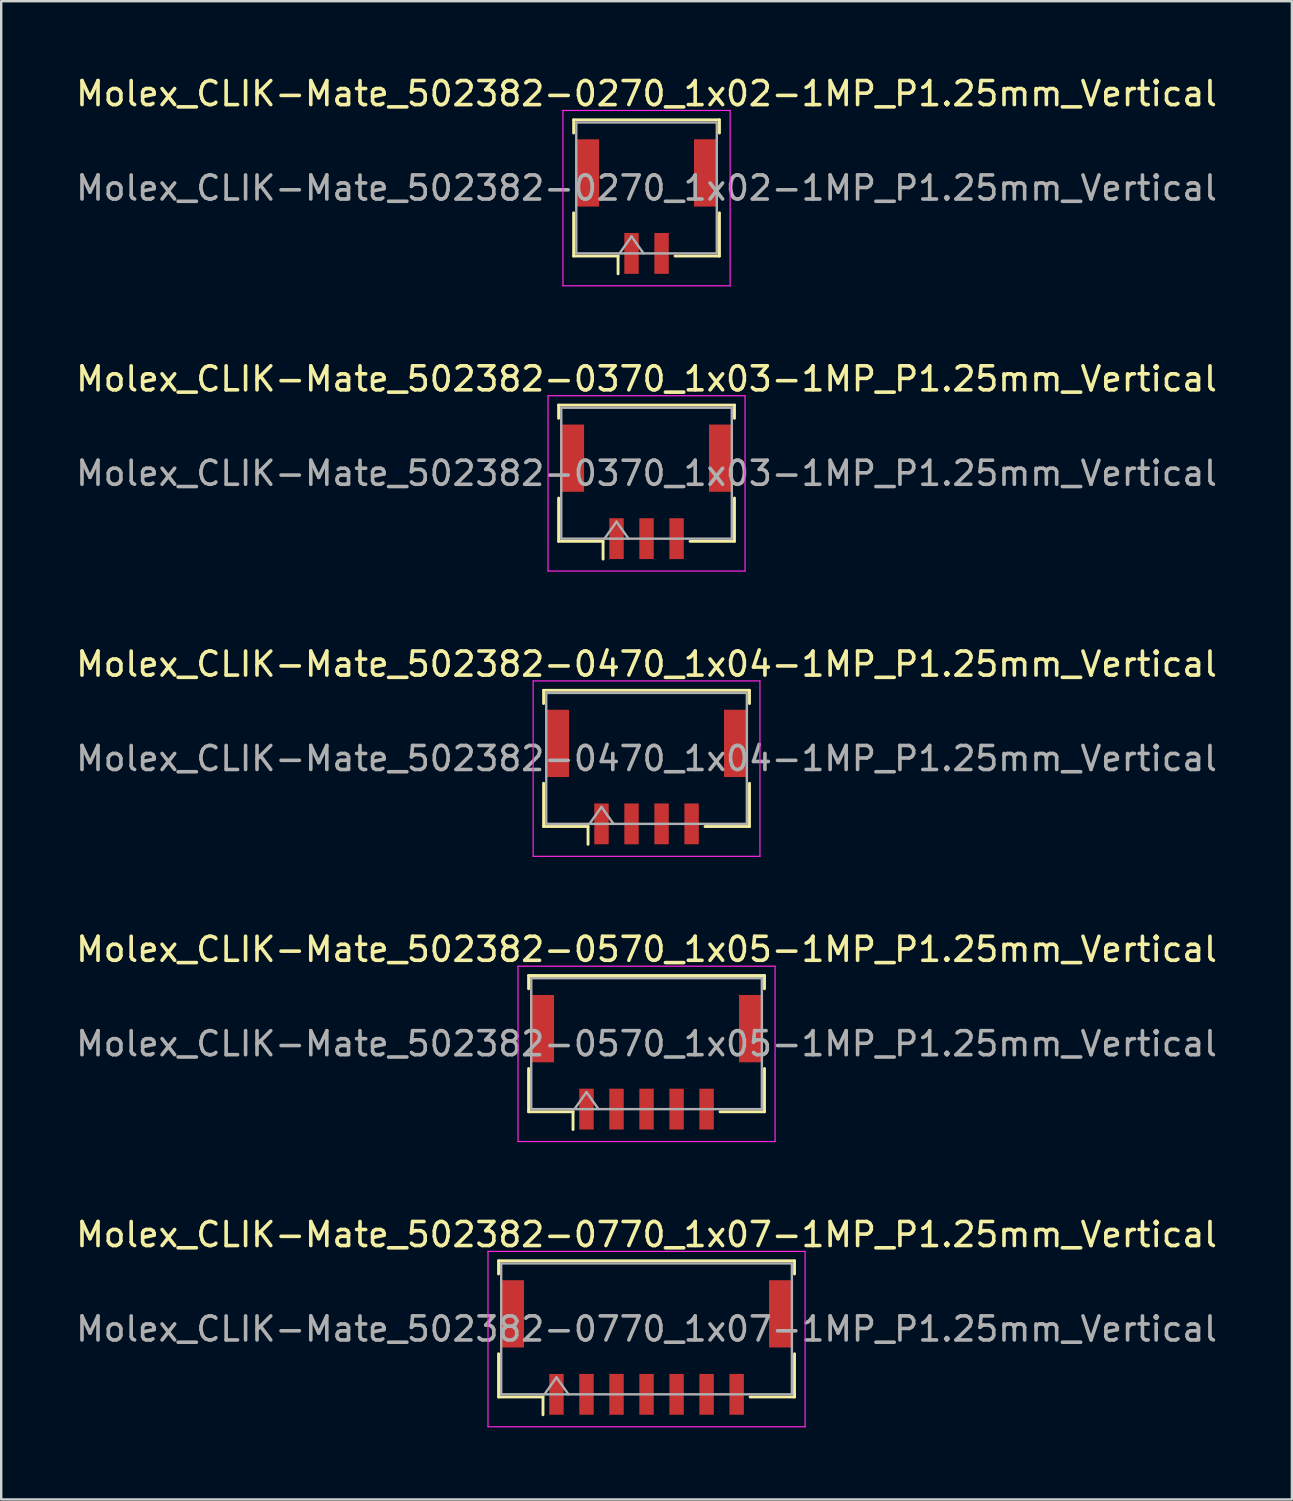
<source format=kicad_pcb>
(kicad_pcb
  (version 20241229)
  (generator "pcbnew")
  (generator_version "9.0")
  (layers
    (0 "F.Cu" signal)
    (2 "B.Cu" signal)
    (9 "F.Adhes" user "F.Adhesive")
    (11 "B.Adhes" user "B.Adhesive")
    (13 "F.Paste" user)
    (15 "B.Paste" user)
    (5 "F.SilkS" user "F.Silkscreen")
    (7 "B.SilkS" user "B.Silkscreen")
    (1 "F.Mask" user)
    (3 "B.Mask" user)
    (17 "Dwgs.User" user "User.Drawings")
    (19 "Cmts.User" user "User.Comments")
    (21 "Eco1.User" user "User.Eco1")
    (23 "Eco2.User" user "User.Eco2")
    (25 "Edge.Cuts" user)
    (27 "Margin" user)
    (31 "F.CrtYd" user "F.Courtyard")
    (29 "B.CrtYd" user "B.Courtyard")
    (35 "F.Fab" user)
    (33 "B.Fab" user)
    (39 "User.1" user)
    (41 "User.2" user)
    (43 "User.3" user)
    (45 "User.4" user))
  (footprint "Molex_CLIK-Mate_502382-0370_1x03-1MP_P1.25mm_Vertical"
    (layer "F.Cu")
    (at 23.863 17.422)
    (property "Reference" "Molex_CLIK-Mate_502382-0370_1x03-1MP_P1.25mm_Vertical" (at 0 -4.7 0) (layer "F.SilkS") (effects (font (size 1 1) (thickness 0.15))))
    (attr smd)
    (fp_line (start -3.66 -3.61) (end 3.66 -3.61) (stroke (width 0.12) (type solid)) (layer "F.SilkS"))
    (fp_line (start -3.66 -3.06) (end -3.66 -3.61) (stroke (width 0.12) (type solid)) (layer "F.SilkS"))
    (fp_line (start -3.66 0.26) (end -3.66 2.06) (stroke (width 0.12) (type solid)) (layer "F.SilkS"))
    (fp_line (start -3.66 2.06) (end -1.81 2.06) (stroke (width 0.12) (type solid)) (layer "F.SilkS"))
    (fp_line (start -1.81 2.06) (end -1.81 2.8) (stroke (width 0.12) (type solid)) (layer "F.SilkS"))
    (fp_line (start 3.66 -3.61) (end 3.66 -3.06) (stroke (width 0.12) (type solid)) (layer "F.SilkS"))
    (fp_line (start 3.66 0.26) (end 3.66 2.06) (stroke (width 0.12) (type solid)) (layer "F.SilkS"))
    (fp_line (start 3.66 2.06) (end 1.81 2.06) (stroke (width 0.12) (type solid)) (layer "F.SilkS"))
    (fp_line (start -4.1 -4) (end -4.1 3.3) (stroke (width 0.05) (type solid)) (layer "F.CrtYd"))
    (fp_line (start -4.1 3.3) (end 4.1 3.3) (stroke (width 0.05) (type solid)) (layer "F.CrtYd"))
    (fp_line (start 4.1 -4) (end -4.1 -4) (stroke (width 0.05) (type solid)) (layer "F.CrtYd"))
    (fp_line (start 4.1 3.3) (end 4.1 -4) (stroke (width 0.05) (type solid)) (layer "F.CrtYd"))
    (fp_line (start -3.55 -3.5) (end 3.55 -3.5) (stroke (width 0.1) (type solid)) (layer "F.Fab"))
    (fp_line (start -3.55 1.95) (end -3.55 -3.5) (stroke (width 0.1) (type solid)) (layer "F.Fab"))
    (fp_line (start -3.55 1.95) (end 3.55 1.95) (stroke (width 0.1) (type solid)) (layer "F.Fab"))
    (fp_line (start -1.75 1.95) (end -1.25 1.243) (stroke (width 0.1) (type solid)) (layer "F.Fab"))
    (fp_line (start -1.25 1.243) (end -0.75 1.95) (stroke (width 0.1) (type solid)) (layer "F.Fab"))
    (fp_line (start 3.55 1.95) (end 3.55 -3.5) (stroke (width 0.1) (type solid)) (layer "F.Fab"))
    (fp_text user "${REFERENCE}" (at 0 -0.77 0) (layer "F.Fab") (effects (font (size 1 1) (thickness 0.15))))
    (pad "1" smd rect (at -1.25 1.95) (size 0.6 1.7) (layers "F.Cu" "F.Mask" "F.Paste"))
    (pad "2" smd rect (at 0 1.95) (size 0.6 1.7) (layers "F.Cu" "F.Mask" "F.Paste"))
    (pad "3" smd rect (at 1.25 1.95) (size 0.6 1.7) (layers "F.Cu" "F.Mask" "F.Paste"))
    (pad "MP" smd rect (at -3.1 -1.4) (size 1 2.8) (layers "F.Cu" "F.Mask" "F.Paste"))
    (pad "MP" smd rect (at 3.1 -1.4) (size 1 2.8) (layers "F.Cu" "F.Mask" "F.Paste")))
  (footprint "Molex_CLIK-Mate_502382-0270_1x02-1MP_P1.25mm_Vertical"
    (layer "F.Cu")
    (at 23.863 5.548)
    (property "Reference" "Molex_CLIK-Mate_502382-0270_1x02-1MP_P1.25mm_Vertical" (at 0 -4.7 0) (layer "F.SilkS") (effects (font (size 1 1) (thickness 0.15))))
    (attr smd)
    (fp_line (start -3.035 -3.61) (end 3.035 -3.61) (stroke (width 0.12) (type solid)) (layer "F.SilkS"))
    (fp_line (start -3.035 -3.06) (end -3.035 -3.61) (stroke (width 0.12) (type solid)) (layer "F.SilkS"))
    (fp_line (start -3.035 0.26) (end -3.035 2.06) (stroke (width 0.12) (type solid)) (layer "F.SilkS"))
    (fp_line (start -3.035 2.06) (end -1.185 2.06) (stroke (width 0.12) (type solid)) (layer "F.SilkS"))
    (fp_line (start -1.185 2.06) (end -1.185 2.8) (stroke (width 0.12) (type solid)) (layer "F.SilkS"))
    (fp_line (start 3.035 -3.61) (end 3.035 -3.06) (stroke (width 0.12) (type solid)) (layer "F.SilkS"))
    (fp_line (start 3.035 0.26) (end 3.035 2.06) (stroke (width 0.12) (type solid)) (layer "F.SilkS"))
    (fp_line (start 3.035 2.06) (end 1.185 2.06) (stroke (width 0.12) (type solid)) (layer "F.SilkS"))
    (fp_line (start -3.48 -4) (end -3.48 3.3) (stroke (width 0.05) (type solid)) (layer "F.CrtYd"))
    (fp_line (start -3.48 3.3) (end 3.48 3.3) (stroke (width 0.05) (type solid)) (layer "F.CrtYd"))
    (fp_line (start 3.48 -4) (end -3.48 -4) (stroke (width 0.05) (type solid)) (layer "F.CrtYd"))
    (fp_line (start 3.48 3.3) (end 3.48 -4) (stroke (width 0.05) (type solid)) (layer "F.CrtYd"))
    (fp_line (start -2.925 -3.5) (end 2.925 -3.5) (stroke (width 0.1) (type solid)) (layer "F.Fab"))
    (fp_line (start -2.925 1.95) (end -2.925 -3.5) (stroke (width 0.1) (type solid)) (layer "F.Fab"))
    (fp_line (start -2.925 1.95) (end 2.925 1.95) (stroke (width 0.1) (type solid)) (layer "F.Fab"))
    (fp_line (start -1.125 1.95) (end -0.625 1.243) (stroke (width 0.1) (type solid)) (layer "F.Fab"))
    (fp_line (start -0.625 1.243) (end -0.125 1.95) (stroke (width 0.1) (type solid)) (layer "F.Fab"))
    (fp_line (start 2.925 1.95) (end 2.925 -3.5) (stroke (width 0.1) (type solid)) (layer "F.Fab"))
    (fp_text user "${REFERENCE}" (at 0 -0.77 0) (layer "F.Fab") (effects (font (size 1 1) (thickness 0.15))))
    (pad "1" smd rect (at -0.625 1.95) (size 0.6 1.7) (layers "F.Cu" "F.Mask" "F.Paste"))
    (pad "2" smd rect (at 0.625 1.95) (size 0.6 1.7) (layers "F.Cu" "F.Mask" "F.Paste"))
    (pad "MP" smd rect (at -2.475 -1.4) (size 1 2.8) (layers "F.Cu" "F.Mask" "F.Paste"))
    (pad "MP" smd rect (at 2.475 -1.4) (size 1 2.8) (layers "F.Cu" "F.Mask" "F.Paste")))
  (footprint "Molex_CLIK-Mate_502382-0770_1x07-1MP_P1.25mm_Vertical"
    (layer "F.Cu")
    (at 23.863 53.041)
    (property "Reference" "Molex_CLIK-Mate_502382-0770_1x07-1MP_P1.25mm_Vertical" (at 0 -4.7 0) (layer "F.SilkS") (effects (font (size 1 1) (thickness 0.15))))
    (attr smd)
    (fp_line (start -6.16 -3.61) (end 6.16 -3.61) (stroke (width 0.12) (type solid)) (layer "F.SilkS"))
    (fp_line (start -6.16 -3.06) (end -6.16 -3.61) (stroke (width 0.12) (type solid)) (layer "F.SilkS"))
    (fp_line (start -6.16 0.26) (end -6.16 2.06) (stroke (width 0.12) (type solid)) (layer "F.SilkS"))
    (fp_line (start -6.16 2.06) (end -4.31 2.06) (stroke (width 0.12) (type solid)) (layer "F.SilkS"))
    (fp_line (start -4.31 2.06) (end -4.31 2.8) (stroke (width 0.12) (type solid)) (layer "F.SilkS"))
    (fp_line (start 6.16 -3.61) (end 6.16 -3.06) (stroke (width 0.12) (type solid)) (layer "F.SilkS"))
    (fp_line (start 6.16 0.26) (end 6.16 2.06) (stroke (width 0.12) (type solid)) (layer "F.SilkS"))
    (fp_line (start 6.16 2.06) (end 4.31 2.06) (stroke (width 0.12) (type solid)) (layer "F.SilkS"))
    (fp_line (start -6.6 -4) (end -6.6 3.3) (stroke (width 0.05) (type solid)) (layer "F.CrtYd"))
    (fp_line (start -6.6 3.3) (end 6.6 3.3) (stroke (width 0.05) (type solid)) (layer "F.CrtYd"))
    (fp_line (start 6.6 -4) (end -6.6 -4) (stroke (width 0.05) (type solid)) (layer "F.CrtYd"))
    (fp_line (start 6.6 3.3) (end 6.6 -4) (stroke (width 0.05) (type solid)) (layer "F.CrtYd"))
    (fp_line (start -6.05 -3.5) (end 6.05 -3.5) (stroke (width 0.1) (type solid)) (layer "F.Fab"))
    (fp_line (start -6.05 1.95) (end -6.05 -3.5) (stroke (width 0.1) (type solid)) (layer "F.Fab"))
    (fp_line (start -6.05 1.95) (end 6.05 1.95) (stroke (width 0.1) (type solid)) (layer "F.Fab"))
    (fp_line (start -4.25 1.95) (end -3.75 1.243) (stroke (width 0.1) (type solid)) (layer "F.Fab"))
    (fp_line (start -3.75 1.243) (end -3.25 1.95) (stroke (width 0.1) (type solid)) (layer "F.Fab"))
    (fp_line (start 6.05 1.95) (end 6.05 -3.5) (stroke (width 0.1) (type solid)) (layer "F.Fab"))
    (fp_text user "${REFERENCE}" (at 0 -0.77 0) (layer "F.Fab") (effects (font (size 1 1) (thickness 0.15))))
    (pad "1" smd rect (at -3.75 1.95) (size 0.6 1.7) (layers "F.Cu" "F.Mask" "F.Paste"))
    (pad "2" smd rect (at -2.5 1.95) (size 0.6 1.7) (layers "F.Cu" "F.Mask" "F.Paste"))
    (pad "3" smd rect (at -1.25 1.95) (size 0.6 1.7) (layers "F.Cu" "F.Mask" "F.Paste"))
    (pad "4" smd rect (at 0 1.95) (size 0.6 1.7) (layers "F.Cu" "F.Mask" "F.Paste"))
    (pad "5" smd rect (at 1.25 1.95) (size 0.6 1.7) (layers "F.Cu" "F.Mask" "F.Paste"))
    (pad "6" smd rect (at 2.5 1.95) (size 0.6 1.7) (layers "F.Cu" "F.Mask" "F.Paste"))
    (pad "7" smd rect (at 3.75 1.95) (size 0.6 1.7) (layers "F.Cu" "F.Mask" "F.Paste"))
    (pad "MP" smd rect (at -5.6 -1.4) (size 1 2.8) (layers "F.Cu" "F.Mask" "F.Paste"))
    (pad "MP" smd rect (at 5.6 -1.4) (size 1 2.8) (layers "F.Cu" "F.Mask" "F.Paste")))
  (footprint "Molex_CLIK-Mate_502382-0570_1x05-1MP_P1.25mm_Vertical"
    (layer "F.Cu")
    (at 23.863 41.168)
    (property "Reference" "Molex_CLIK-Mate_502382-0570_1x05-1MP_P1.25mm_Vertical" (at 0 -4.7 0) (layer "F.SilkS") (effects (font (size 1 1) (thickness 0.15))))
    (attr smd)
    (fp_line (start -4.91 -3.61) (end 4.91 -3.61) (stroke (width 0.12) (type solid)) (layer "F.SilkS"))
    (fp_line (start -4.91 -3.06) (end -4.91 -3.61) (stroke (width 0.12) (type solid)) (layer "F.SilkS"))
    (fp_line (start -4.91 0.26) (end -4.91 2.06) (stroke (width 0.12) (type solid)) (layer "F.SilkS"))
    (fp_line (start -4.91 2.06) (end -3.06 2.06) (stroke (width 0.12) (type solid)) (layer "F.SilkS"))
    (fp_line (start -3.06 2.06) (end -3.06 2.8) (stroke (width 0.12) (type solid)) (layer "F.SilkS"))
    (fp_line (start 4.91 -3.61) (end 4.91 -3.06) (stroke (width 0.12) (type solid)) (layer "F.SilkS"))
    (fp_line (start 4.91 0.26) (end 4.91 2.06) (stroke (width 0.12) (type solid)) (layer "F.SilkS"))
    (fp_line (start 4.91 2.06) (end 3.06 2.06) (stroke (width 0.12) (type solid)) (layer "F.SilkS"))
    (fp_line (start -5.35 -4) (end -5.35 3.3) (stroke (width 0.05) (type solid)) (layer "F.CrtYd"))
    (fp_line (start -5.35 3.3) (end 5.35 3.3) (stroke (width 0.05) (type solid)) (layer "F.CrtYd"))
    (fp_line (start 5.35 -4) (end -5.35 -4) (stroke (width 0.05) (type solid)) (layer "F.CrtYd"))
    (fp_line (start 5.35 3.3) (end 5.35 -4) (stroke (width 0.05) (type solid)) (layer "F.CrtYd"))
    (fp_line (start -4.8 -3.5) (end 4.8 -3.5) (stroke (width 0.1) (type solid)) (layer "F.Fab"))
    (fp_line (start -4.8 1.95) (end -4.8 -3.5) (stroke (width 0.1) (type solid)) (layer "F.Fab"))
    (fp_line (start -4.8 1.95) (end 4.8 1.95) (stroke (width 0.1) (type solid)) (layer "F.Fab"))
    (fp_line (start -3 1.95) (end -2.5 1.243) (stroke (width 0.1) (type solid)) (layer "F.Fab"))
    (fp_line (start -2.5 1.243) (end -2 1.95) (stroke (width 0.1) (type solid)) (layer "F.Fab"))
    (fp_line (start 4.8 1.95) (end 4.8 -3.5) (stroke (width 0.1) (type solid)) (layer "F.Fab"))
    (fp_text user "${REFERENCE}" (at 0 -0.77 0) (layer "F.Fab") (effects (font (size 1 1) (thickness 0.15))))
    (pad "1" smd rect (at -2.5 1.95) (size 0.6 1.7) (layers "F.Cu" "F.Mask" "F.Paste"))
    (pad "2" smd rect (at -1.25 1.95) (size 0.6 1.7) (layers "F.Cu" "F.Mask" "F.Paste"))
    (pad "3" smd rect (at 0 1.95) (size 0.6 1.7) (layers "F.Cu" "F.Mask" "F.Paste"))
    (pad "4" smd rect (at 1.25 1.95) (size 0.6 1.7) (layers "F.Cu" "F.Mask" "F.Paste"))
    (pad "5" smd rect (at 2.5 1.95) (size 0.6 1.7) (layers "F.Cu" "F.Mask" "F.Paste"))
    (pad "MP" smd rect (at -4.35 -1.4) (size 1 2.8) (layers "F.Cu" "F.Mask" "F.Paste"))
    (pad "MP" smd rect (at 4.35 -1.4) (size 1 2.8) (layers "F.Cu" "F.Mask" "F.Paste")))
  (footprint "Molex_CLIK-Mate_502382-0470_1x04-1MP_P1.25mm_Vertical"
    (layer "F.Cu")
    (at 23.863 29.295)
    (property "Reference" "Molex_CLIK-Mate_502382-0470_1x04-1MP_P1.25mm_Vertical" (at 0 -4.7 0) (layer "F.SilkS") (effects (font (size 1 1) (thickness 0.15))))
    (attr smd)
    (fp_line (start -4.285 -3.61) (end 4.285 -3.61) (stroke (width 0.12) (type solid)) (layer "F.SilkS"))
    (fp_line (start -4.285 -3.06) (end -4.285 -3.61) (stroke (width 0.12) (type solid)) (layer "F.SilkS"))
    (fp_line (start -4.285 0.26) (end -4.285 2.06) (stroke (width 0.12) (type solid)) (layer "F.SilkS"))
    (fp_line (start -4.285 2.06) (end -2.435 2.06) (stroke (width 0.12) (type solid)) (layer "F.SilkS"))
    (fp_line (start -2.435 2.06) (end -2.435 2.8) (stroke (width 0.12) (type solid)) (layer "F.SilkS"))
    (fp_line (start 4.285 -3.61) (end 4.285 -3.06) (stroke (width 0.12) (type solid)) (layer "F.SilkS"))
    (fp_line (start 4.285 0.26) (end 4.285 2.06) (stroke (width 0.12) (type solid)) (layer "F.SilkS"))
    (fp_line (start 4.285 2.06) (end 2.435 2.06) (stroke (width 0.12) (type solid)) (layer "F.SilkS"))
    (fp_line (start -4.72 -4) (end -4.72 3.3) (stroke (width 0.05) (type solid)) (layer "F.CrtYd"))
    (fp_line (start -4.72 3.3) (end 4.72 3.3) (stroke (width 0.05) (type solid)) (layer "F.CrtYd"))
    (fp_line (start 4.72 -4) (end -4.72 -4) (stroke (width 0.05) (type solid)) (layer "F.CrtYd"))
    (fp_line (start 4.72 3.3) (end 4.72 -4) (stroke (width 0.05) (type solid)) (layer "F.CrtYd"))
    (fp_line (start -4.175 -3.5) (end 4.175 -3.5) (stroke (width 0.1) (type solid)) (layer "F.Fab"))
    (fp_line (start -4.175 1.95) (end -4.175 -3.5) (stroke (width 0.1) (type solid)) (layer "F.Fab"))
    (fp_line (start -4.175 1.95) (end 4.175 1.95) (stroke (width 0.1) (type solid)) (layer "F.Fab"))
    (fp_line (start -2.375 1.95) (end -1.875 1.243) (stroke (width 0.1) (type solid)) (layer "F.Fab"))
    (fp_line (start -1.875 1.243) (end -1.375 1.95) (stroke (width 0.1) (type solid)) (layer "F.Fab"))
    (fp_line (start 4.175 1.95) (end 4.175 -3.5) (stroke (width 0.1) (type solid)) (layer "F.Fab"))
    (fp_text user "${REFERENCE}" (at 0 -0.77 0) (layer "F.Fab") (effects (font (size 1 1) (thickness 0.15))))
    (pad "1" smd rect (at -1.875 1.95) (size 0.6 1.7) (layers "F.Cu" "F.Mask" "F.Paste"))
    (pad "2" smd rect (at -0.625 1.95) (size 0.6 1.7) (layers "F.Cu" "F.Mask" "F.Paste"))
    (pad "3" smd rect (at 0.625 1.95) (size 0.6 1.7) (layers "F.Cu" "F.Mask" "F.Paste"))
    (pad "4" smd rect (at 1.875 1.95) (size 0.6 1.7) (layers "F.Cu" "F.Mask" "F.Paste"))
    (pad "MP" smd rect (at -3.725 -1.4) (size 1 2.8) (layers "F.Cu" "F.Mask" "F.Paste"))
    (pad "MP" smd rect (at 3.725 -1.4) (size 1 2.8) (layers "F.Cu" "F.Mask" "F.Paste")))
  (gr_rect
    (start -3 -3)
    (end 50.726 59.366)
    (stroke (width 0.1) (type default))
    (fill no)
    (layer "Edge.Cuts")))
</source>
